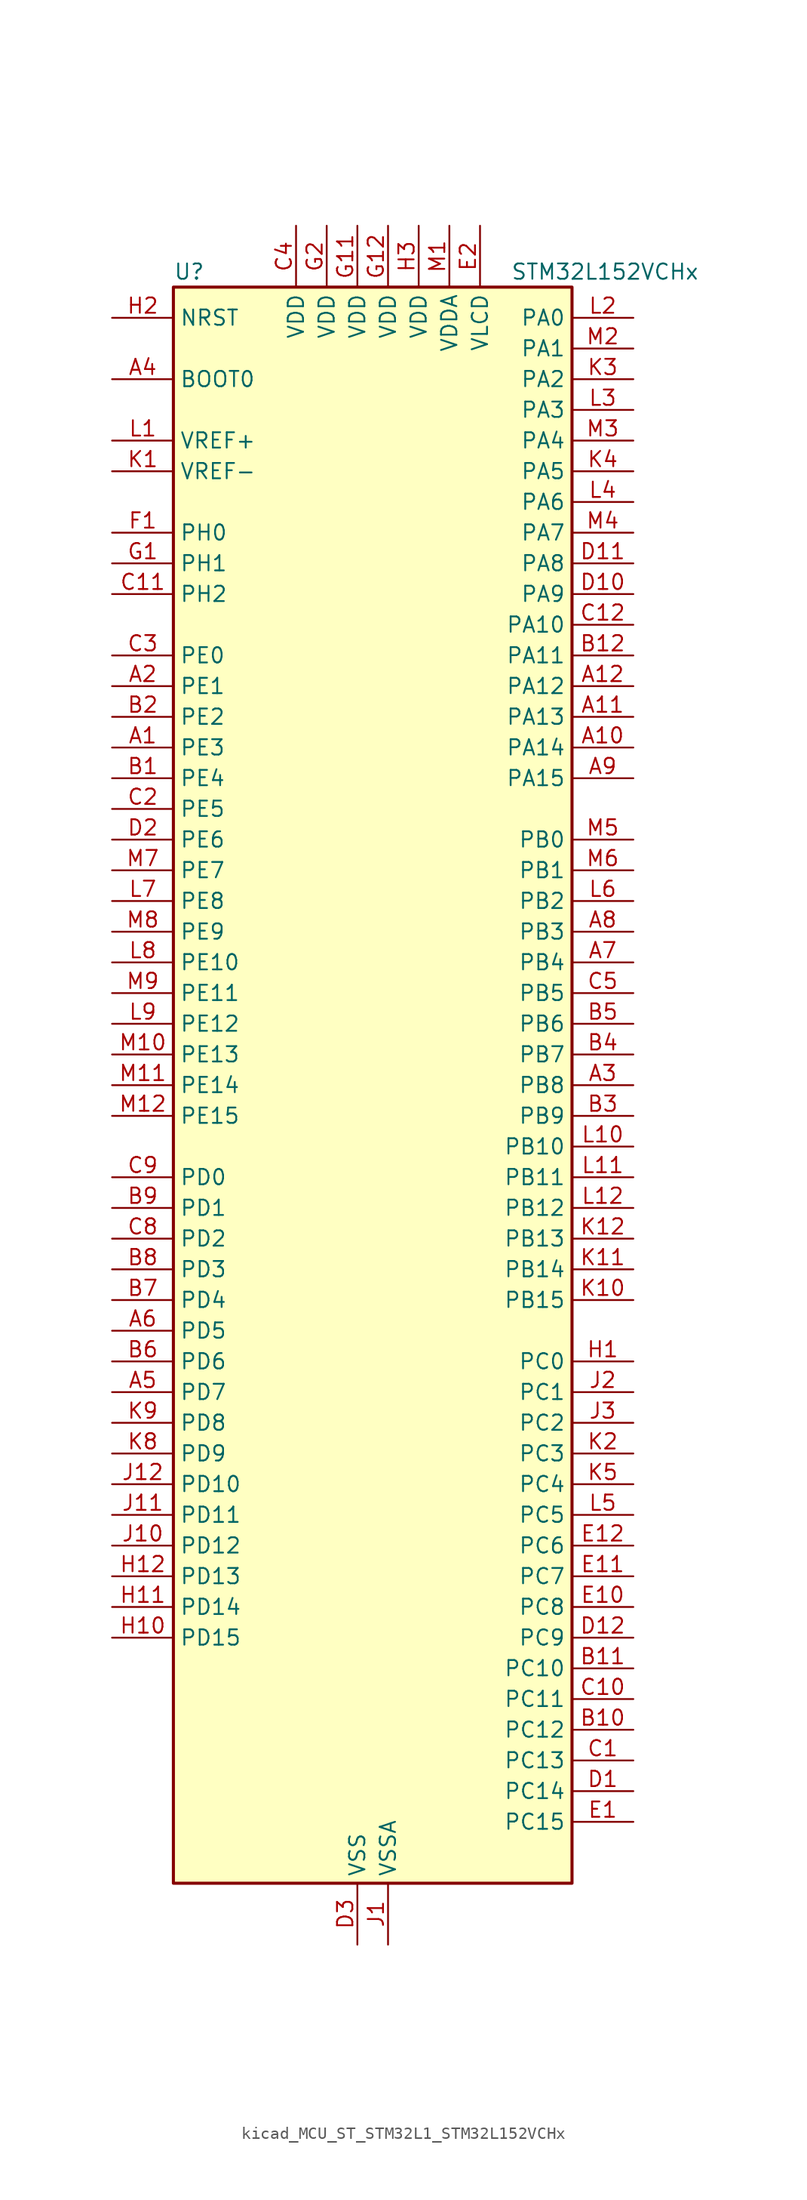
<source format=kicad_sym>
(kicad_symbol_lib
  (version 20220914)
  (generator kicad_symbol_editor)
  (symbol "kicad_MCU_ST_STM32L1_STM32L152VCHx"
    (property "Reference" "U"
      (at -15.24 67.31 0)
      (effects (font (size 1.27 1.27)) (justify left)))
    (property "Value" "STM32L152VCHx"
      (at 12.7 67.31 0)
      (effects (font (size 1.27 1.27)) (justify left)))
    (property "ki_locked" ""
      (at 0 0 0)
      (effects (font (size 1.27 1.27))))
    (symbol "kicad_MCU_ST_STM32L1_STM32L152VCHx_0_1"
      (rectangle (start -15.24 -66.04) (end 17.78 66.04) (stroke (width 0.254) (type default)) (fill (type background))))
    (symbol "kicad_MCU_ST_STM32L1_STM32L152VCHx_1_1"
      (pin bidirectional line (at -20.32 27.94 0) (length 5.08) (name "PE3" (effects (font (size 1.27 1.27)))) (number "A1" (effects (font (size 1.27 1.27)))) (alternate "LCD_SEG39" bidirectional line) (alternate "SYS_TRACED0" bidirectional line) (alternate "TIM3_CH1" bidirectional line) (alternate "TIMX_IC4" bidirectional line))
      (pin bidirectional line (at 22.86 27.94 180) (length 5.08) (name "PA14" (effects (font (size 1.27 1.27)))) (number "A10" (effects (font (size 1.27 1.27)))) (alternate "SYS_JTCK-SWCLK" bidirectional line) (alternate "TIMX_IC3" bidirectional line) (alternate "TS_G5_IO2" bidirectional line))
      (pin bidirectional line (at 22.86 30.48 180) (length 5.08) (name "PA13" (effects (font (size 1.27 1.27)))) (number "A11" (effects (font (size 1.27 1.27)))) (alternate "SYS_JTMS-SWDIO" bidirectional line) (alternate "TIMX_IC2" bidirectional line) (alternate "TS_G5_IO1" bidirectional line))
      (pin bidirectional line (at 22.86 33.02 180) (length 5.08) (name "PA12" (effects (font (size 1.27 1.27)))) (number "A12" (effects (font (size 1.27 1.27)))) (alternate "SPI1_MOSI" bidirectional line) (alternate "TIMX_IC1" bidirectional line) (alternate "USART1_RTS" bidirectional line) (alternate "USB_DP" bidirectional line))
      (pin bidirectional line (at -20.32 33.02 0) (length 5.08) (name "PE1" (effects (font (size 1.27 1.27)))) (number "A2" (effects (font (size 1.27 1.27)))) (alternate "LCD_SEG37" bidirectional line) (alternate "TIM11_CH1" bidirectional line) (alternate "TIMX_IC2" bidirectional line))
      (pin bidirectional line (at 22.86 0 180) (length 5.08) (name "PB8" (effects (font (size 1.27 1.27)))) (number "A3" (effects (font (size 1.27 1.27)))) (alternate "I2C1_SCL" bidirectional line) (alternate "LCD_SEG16" bidirectional line) (alternate "TIM10_CH1" bidirectional line) (alternate "TIM4_CH3" bidirectional line))
      (pin input line (at -20.32 58.42 0) (length 5.08) (name "BOOT0" (effects (font (size 1.27 1.27)))) (number "A4" (effects (font (size 1.27 1.27)))))
      (pin bidirectional line (at -20.32 -25.4 0) (length 5.08) (name "PD7" (effects (font (size 1.27 1.27)))) (number "A5" (effects (font (size 1.27 1.27)))) (alternate "TIM9_CH2" bidirectional line) (alternate "TIMX_IC4" bidirectional line) (alternate "USART2_CK" bidirectional line))
      (pin bidirectional line (at -20.32 -20.32 0) (length 5.08) (name "PD5" (effects (font (size 1.27 1.27)))) (number "A6" (effects (font (size 1.27 1.27)))) (alternate "TIMX_IC2" bidirectional line) (alternate "USART2_TX" bidirectional line))
      (pin bidirectional line (at 22.86 10.16 180) (length 5.08) (name "PB4" (effects (font (size 1.27 1.27)))) (number "A7" (effects (font (size 1.27 1.27)))) (alternate "COMP2_INP" bidirectional line) (alternate "LCD_SEG8" bidirectional line) (alternate "SPI1_MISO" bidirectional line) (alternate "SPI3_MISO" bidirectional line) (alternate "SYS_JTRST" bidirectional line) (alternate "TIM3_CH1" bidirectional line) (alternate "TS_G6_IO1" bidirectional line))
      (pin bidirectional line (at 22.86 12.7 180) (length 5.08) (name "PB3" (effects (font (size 1.27 1.27)))) (number "A8" (effects (font (size 1.27 1.27)))) (alternate "COMP2_INM" bidirectional line) (alternate "I2S3_CK" bidirectional line) (alternate "LCD_SEG7" bidirectional line) (alternate "SPI1_SCK" bidirectional line) (alternate "SPI3_SCK" bidirectional line) (alternate "SYS_JTDO-TRACESWO" bidirectional line) (alternate "TIM2_CH2" bidirectional line))
      (pin bidirectional line (at 22.86 25.4 180) (length 5.08) (name "PA15" (effects (font (size 1.27 1.27)))) (number "A9" (effects (font (size 1.27 1.27)))) (alternate "ADC_EXTI15" bidirectional line) (alternate "I2S3_WS" bidirectional line) (alternate "LCD_SEG17" bidirectional line) (alternate "SPI1_NSS" bidirectional line) (alternate "SPI3_NSS" bidirectional line) (alternate "SYS_JTDI" bidirectional line) (alternate "TIM2_CH1" bidirectional line) (alternate "TIM2_ETR" bidirectional line) (alternate "TIMX_IC4" bidirectional line) (alternate "TS_G5_IO3" bidirectional line))
      (pin bidirectional line (at -20.32 25.4 0) (length 5.08) (name "PE4" (effects (font (size 1.27 1.27)))) (number "B1" (effects (font (size 1.27 1.27)))) (alternate "SYS_TRACED1" bidirectional line) (alternate "TIM3_CH2" bidirectional line) (alternate "TIMX_IC1" bidirectional line))
      (pin bidirectional line (at 22.86 -53.34 180) (length 5.08) (name "PC12" (effects (font (size 1.27 1.27)))) (number "B10" (effects (font (size 1.27 1.27)))) (alternate "I2S3_SD" bidirectional line) (alternate "LCD_COM6" bidirectional line) (alternate "LCD_SEG30" bidirectional line) (alternate "LCD_SEG42" bidirectional line) (alternate "SPI3_MOSI" bidirectional line) (alternate "TIMX_IC1" bidirectional line) (alternate "USART3_CK" bidirectional line))
      (pin bidirectional line (at 22.86 -48.26 180) (length 5.08) (name "PC10" (effects (font (size 1.27 1.27)))) (number "B11" (effects (font (size 1.27 1.27)))) (alternate "I2S3_CK" bidirectional line) (alternate "LCD_COM4" bidirectional line) (alternate "LCD_SEG28" bidirectional line) (alternate "LCD_SEG40" bidirectional line) (alternate "SPI3_SCK" bidirectional line) (alternate "TIMX_IC3" bidirectional line) (alternate "USART3_TX" bidirectional line))
      (pin bidirectional line (at 22.86 35.56 180) (length 5.08) (name "PA11" (effects (font (size 1.27 1.27)))) (number "B12" (effects (font (size 1.27 1.27)))) (alternate "ADC_EXTI11" bidirectional line) (alternate "SPI1_MISO" bidirectional line) (alternate "TIMX_IC4" bidirectional line) (alternate "USART1_CTS" bidirectional line) (alternate "USB_DM" bidirectional line))
      (pin bidirectional line (at -20.32 30.48 0) (length 5.08) (name "PE2" (effects (font (size 1.27 1.27)))) (number "B2" (effects (font (size 1.27 1.27)))) (alternate "LCD_SEG38" bidirectional line) (alternate "SYS_TRACECK" bidirectional line) (alternate "TIM3_ETR" bidirectional line) (alternate "TIMX_IC3" bidirectional line))
      (pin bidirectional line (at 22.86 -2.54 180) (length 5.08) (name "PB9" (effects (font (size 1.27 1.27)))) (number "B3" (effects (font (size 1.27 1.27)))) (alternate "DAC_EXTI9" bidirectional line) (alternate "I2C1_SDA" bidirectional line) (alternate "LCD_COM3" bidirectional line) (alternate "TIM11_CH1" bidirectional line) (alternate "TIM4_CH4" bidirectional line))
      (pin bidirectional line (at 22.86 2.54 180) (length 5.08) (name "PB7" (effects (font (size 1.27 1.27)))) (number "B4" (effects (font (size 1.27 1.27)))) (alternate "COMP2_INP" bidirectional line) (alternate "I2C1_SDA" bidirectional line) (alternate "SYS_PVD_IN" bidirectional line) (alternate "TIM4_CH2" bidirectional line) (alternate "TS_G6_IO4" bidirectional line) (alternate "USART1_RX" bidirectional line))
      (pin bidirectional line (at 22.86 5.08 180) (length 5.08) (name "PB6" (effects (font (size 1.27 1.27)))) (number "B5" (effects (font (size 1.27 1.27)))) (alternate "COMP2_INP" bidirectional line) (alternate "I2C1_SCL" bidirectional line) (alternate "TIM4_CH1" bidirectional line) (alternate "TS_G6_IO3" bidirectional line) (alternate "USART1_TX" bidirectional line))
      (pin bidirectional line (at -20.32 -22.86 0) (length 5.08) (name "PD6" (effects (font (size 1.27 1.27)))) (number "B6" (effects (font (size 1.27 1.27)))) (alternate "TIMX_IC3" bidirectional line) (alternate "USART2_RX" bidirectional line))
      (pin bidirectional line (at -20.32 -17.78 0) (length 5.08) (name "PD4" (effects (font (size 1.27 1.27)))) (number "B7" (effects (font (size 1.27 1.27)))) (alternate "I2S2_SD" bidirectional line) (alternate "SPI2_MOSI" bidirectional line) (alternate "TIMX_IC1" bidirectional line) (alternate "USART2_RTS" bidirectional line))
      (pin bidirectional line (at -20.32 -15.24 0) (length 5.08) (name "PD3" (effects (font (size 1.27 1.27)))) (number "B8" (effects (font (size 1.27 1.27)))) (alternate "SPI2_MISO" bidirectional line) (alternate "TIMX_IC4" bidirectional line) (alternate "USART2_CTS" bidirectional line))
      (pin bidirectional line (at -20.32 -10.16 0) (length 5.08) (name "PD1" (effects (font (size 1.27 1.27)))) (number "B9" (effects (font (size 1.27 1.27)))) (alternate "I2S2_CK" bidirectional line) (alternate "SPI2_SCK" bidirectional line) (alternate "TIMX_IC2" bidirectional line))
      (pin bidirectional line (at 22.86 -55.88 180) (length 5.08) (name "PC13" (effects (font (size 1.27 1.27)))) (number "C1" (effects (font (size 1.27 1.27)))) (alternate "RTC_OUT_ALARM" bidirectional line) (alternate "RTC_OUT_CALIB" bidirectional line) (alternate "RTC_TAMP1" bidirectional line) (alternate "RTC_TS" bidirectional line) (alternate "SYS_WKUP2" bidirectional line) (alternate "TIMX_IC2" bidirectional line))
      (pin bidirectional line (at 22.86 -50.8 180) (length 5.08) (name "PC11" (effects (font (size 1.27 1.27)))) (number "C10" (effects (font (size 1.27 1.27)))) (alternate "ADC_EXTI11" bidirectional line) (alternate "LCD_COM5" bidirectional line) (alternate "LCD_SEG29" bidirectional line) (alternate "LCD_SEG41" bidirectional line) (alternate "SPI3_MISO" bidirectional line) (alternate "TIMX_IC4" bidirectional line) (alternate "USART3_RX" bidirectional line))
      (pin bidirectional line (at -20.32 40.64 0) (length 5.08) (name "PH2" (effects (font (size 1.27 1.27)))) (number "C11" (effects (font (size 1.27 1.27)))))
      (pin bidirectional line (at 22.86 38.1 180) (length 5.08) (name "PA10" (effects (font (size 1.27 1.27)))) (number "C12" (effects (font (size 1.27 1.27)))) (alternate "LCD_COM2" bidirectional line) (alternate "TIMX_IC3" bidirectional line) (alternate "TS_G4_IO3" bidirectional line) (alternate "USART1_RX" bidirectional line))
      (pin bidirectional line (at -20.32 22.86 0) (length 5.08) (name "PE5" (effects (font (size 1.27 1.27)))) (number "C2" (effects (font (size 1.27 1.27)))) (alternate "SYS_TRACED2" bidirectional line) (alternate "TIM9_CH1" bidirectional line) (alternate "TIMX_IC2" bidirectional line))
      (pin bidirectional line (at -20.32 35.56 0) (length 5.08) (name "PE0" (effects (font (size 1.27 1.27)))) (number "C3" (effects (font (size 1.27 1.27)))) (alternate "LCD_SEG36" bidirectional line) (alternate "TIM10_CH1" bidirectional line) (alternate "TIM4_ETR" bidirectional line) (alternate "TIMX_IC1" bidirectional line))
      (pin power_in line (at -5.08 71.12 270) (length 5.08) (name "VDD" (effects (font (size 1.27 1.27)))) (number "C4" (effects (font (size 1.27 1.27)))))
      (pin bidirectional line (at 22.86 7.62 180) (length 5.08) (name "PB5" (effects (font (size 1.27 1.27)))) (number "C5" (effects (font (size 1.27 1.27)))) (alternate "COMP2_INP" bidirectional line) (alternate "I2C1_SMBA" bidirectional line) (alternate "I2S3_SD" bidirectional line) (alternate "LCD_SEG9" bidirectional line) (alternate "SPI1_MOSI" bidirectional line) (alternate "SPI3_MOSI" bidirectional line) (alternate "TIM3_CH2" bidirectional line) (alternate "TS_G6_IO2" bidirectional line))
      (pin bidirectional line (at -20.32 -12.7 0) (length 5.08) (name "PD2" (effects (font (size 1.27 1.27)))) (number "C8" (effects (font (size 1.27 1.27)))) (alternate "LCD_COM7" bidirectional line) (alternate "LCD_SEG31" bidirectional line) (alternate "LCD_SEG43" bidirectional line) (alternate "TIM3_ETR" bidirectional line) (alternate "TIMX_IC3" bidirectional line))
      (pin bidirectional line (at -20.32 -7.62 0) (length 5.08) (name "PD0" (effects (font (size 1.27 1.27)))) (number "C9" (effects (font (size 1.27 1.27)))) (alternate "I2S2_WS" bidirectional line) (alternate "SPI2_NSS" bidirectional line) (alternate "TIM9_CH1" bidirectional line) (alternate "TIMX_IC1" bidirectional line))
      (pin bidirectional line (at 22.86 -58.42 180) (length 5.08) (name "PC14" (effects (font (size 1.27 1.27)))) (number "D1" (effects (font (size 1.27 1.27)))) (alternate "RCC_OSC32_IN" bidirectional line) (alternate "TIMX_IC3" bidirectional line))
      (pin bidirectional line (at 22.86 40.64 180) (length 5.08) (name "PA9" (effects (font (size 1.27 1.27)))) (number "D10" (effects (font (size 1.27 1.27)))) (alternate "DAC_EXTI9" bidirectional line) (alternate "LCD_COM1" bidirectional line) (alternate "TIMX_IC2" bidirectional line) (alternate "TS_G4_IO2" bidirectional line) (alternate "USART1_TX" bidirectional line))
      (pin bidirectional line (at 22.86 43.18 180) (length 5.08) (name "PA8" (effects (font (size 1.27 1.27)))) (number "D11" (effects (font (size 1.27 1.27)))) (alternate "LCD_COM0" bidirectional line) (alternate "RCC_MCO" bidirectional line) (alternate "TIMX_IC1" bidirectional line) (alternate "TS_G4_IO1" bidirectional line) (alternate "USART1_CK" bidirectional line))
      (pin bidirectional line (at 22.86 -45.72 180) (length 5.08) (name "PC9" (effects (font (size 1.27 1.27)))) (number "D12" (effects (font (size 1.27 1.27)))) (alternate "DAC_EXTI9" bidirectional line) (alternate "LCD_SEG27" bidirectional line) (alternate "TIM3_CH4" bidirectional line) (alternate "TIMX_IC2" bidirectional line) (alternate "TS_G10_IO4" bidirectional line))
      (pin bidirectional line (at -20.32 20.32 0) (length 5.08) (name "PE6" (effects (font (size 1.27 1.27)))) (number "D2" (effects (font (size 1.27 1.27)))) (alternate "RTC_TAMP3" bidirectional line) (alternate "SYS_TRACED3" bidirectional line) (alternate "SYS_WKUP3" bidirectional line) (alternate "TIM9_CH2" bidirectional line) (alternate "TIMX_IC3" bidirectional line))
      (pin power_in line (at 0 -71.12 90) (length 5.08) (name "VSS" (effects (font (size 1.27 1.27)))) (number "D3" (effects (font (size 1.27 1.27)))))
      (pin bidirectional line (at 22.86 -60.96 180) (length 5.08) (name "PC15" (effects (font (size 1.27 1.27)))) (number "E1" (effects (font (size 1.27 1.27)))) (alternate "ADC_EXTI15" bidirectional line) (alternate "RCC_OSC32_OUT" bidirectional line) (alternate "TIMX_IC4" bidirectional line))
      (pin bidirectional line (at 22.86 -43.18 180) (length 5.08) (name "PC8" (effects (font (size 1.27 1.27)))) (number "E10" (effects (font (size 1.27 1.27)))) (alternate "LCD_SEG26" bidirectional line) (alternate "TIM3_CH3" bidirectional line) (alternate "TIMX_IC1" bidirectional line) (alternate "TS_G10_IO3" bidirectional line))
      (pin bidirectional line (at 22.86 -40.64 180) (length 5.08) (name "PC7" (effects (font (size 1.27 1.27)))) (number "E11" (effects (font (size 1.27 1.27)))) (alternate "I2S3_MCK" bidirectional line) (alternate "LCD_SEG25" bidirectional line) (alternate "TIM3_CH2" bidirectional line) (alternate "TIMX_IC4" bidirectional line) (alternate "TS_G10_IO2" bidirectional line))
      (pin bidirectional line (at 22.86 -38.1 180) (length 5.08) (name "PC6" (effects (font (size 1.27 1.27)))) (number "E12" (effects (font (size 1.27 1.27)))) (alternate "I2S2_MCK" bidirectional line) (alternate "LCD_SEG24" bidirectional line) (alternate "TIM3_CH1" bidirectional line) (alternate "TIMX_IC3" bidirectional line) (alternate "TS_G10_IO1" bidirectional line))
      (pin power_in line (at 10.16 71.12 270) (length 5.08) (name "VLCD" (effects (font (size 1.27 1.27)))) (number "E2" (effects (font (size 1.27 1.27)))))
      (pin passive line (at 0 -71.12 90) (length 5.08) hide (name "VSS" (effects (font (size 1.27 1.27)))) (number "E3" (effects (font (size 1.27 1.27)))))
      (pin bidirectional line (at -20.32 45.72 0) (length 5.08) (name "PH0" (effects (font (size 1.27 1.27)))) (number "F1" (effects (font (size 1.27 1.27)))) (alternate "RCC_OSC_IN" bidirectional line))
      (pin passive line (at 0 -71.12 90) (length 5.08) hide (name "VSS" (effects (font (size 1.27 1.27)))) (number "F11" (effects (font (size 1.27 1.27)))))
      (pin passive line (at 0 -71.12 90) (length 5.08) hide (name "VSS" (effects (font (size 1.27 1.27)))) (number "F12" (effects (font (size 1.27 1.27)))))
      (pin passive line (at 0 -71.12 90) (length 5.08) hide (name "VSS" (effects (font (size 1.27 1.27)))) (number "F2" (effects (font (size 1.27 1.27)))))
      (pin bidirectional line (at -20.32 43.18 0) (length 5.08) (name "PH1" (effects (font (size 1.27 1.27)))) (number "G1" (effects (font (size 1.27 1.27)))) (alternate "RCC_OSC_OUT" bidirectional line))
      (pin power_in line (at 0 71.12 270) (length 5.08) (name "VDD" (effects (font (size 1.27 1.27)))) (number "G11" (effects (font (size 1.27 1.27)))))
      (pin power_in line (at 2.54 71.12 270) (length 5.08) (name "VDD" (effects (font (size 1.27 1.27)))) (number "G12" (effects (font (size 1.27 1.27)))))
      (pin power_in line (at -2.54 71.12 270) (length 5.08) (name "VDD" (effects (font (size 1.27 1.27)))) (number "G2" (effects (font (size 1.27 1.27)))))
      (pin bidirectional line (at 22.86 -22.86 180) (length 5.08) (name "PC0" (effects (font (size 1.27 1.27)))) (number "H1" (effects (font (size 1.27 1.27)))) (alternate "ADC_IN10" bidirectional line) (alternate "COMP1_INP" bidirectional line) (alternate "LCD_SEG18" bidirectional line) (alternate "TIMX_IC1" bidirectional line) (alternate "TS_G8_IO1" bidirectional line))
      (pin bidirectional line (at -20.32 -45.72 0) (length 5.08) (name "PD15" (effects (font (size 1.27 1.27)))) (number "H10" (effects (font (size 1.27 1.27)))) (alternate "ADC_EXTI15" bidirectional line) (alternate "LCD_SEG35" bidirectional line) (alternate "TIM4_CH4" bidirectional line) (alternate "TIMX_IC4" bidirectional line))
      (pin bidirectional line (at -20.32 -43.18 0) (length 5.08) (name "PD14" (effects (font (size 1.27 1.27)))) (number "H11" (effects (font (size 1.27 1.27)))) (alternate "LCD_SEG34" bidirectional line) (alternate "TIM4_CH3" bidirectional line) (alternate "TIMX_IC3" bidirectional line))
      (pin bidirectional line (at -20.32 -40.64 0) (length 5.08) (name "PD13" (effects (font (size 1.27 1.27)))) (number "H12" (effects (font (size 1.27 1.27)))) (alternate "LCD_SEG33" bidirectional line) (alternate "TIM4_CH2" bidirectional line) (alternate "TIMX_IC2" bidirectional line))
      (pin input line (at -20.32 63.5 0) (length 5.08) (name "NRST" (effects (font (size 1.27 1.27)))) (number "H2" (effects (font (size 1.27 1.27)))))
      (pin power_in line (at 5.08 71.12 270) (length 5.08) (name "VDD" (effects (font (size 1.27 1.27)))) (number "H3" (effects (font (size 1.27 1.27)))))
      (pin power_in line (at 2.54 -71.12 90) (length 5.08) (name "VSSA" (effects (font (size 1.27 1.27)))) (number "J1" (effects (font (size 1.27 1.27)))))
      (pin bidirectional line (at -20.32 -38.1 0) (length 5.08) (name "PD12" (effects (font (size 1.27 1.27)))) (number "J10" (effects (font (size 1.27 1.27)))) (alternate "LCD_SEG32" bidirectional line) (alternate "TIM4_CH1" bidirectional line) (alternate "TIMX_IC1" bidirectional line) (alternate "USART3_RTS" bidirectional line))
      (pin bidirectional line (at -20.32 -35.56 0) (length 5.08) (name "PD11" (effects (font (size 1.27 1.27)))) (number "J11" (effects (font (size 1.27 1.27)))) (alternate "ADC_EXTI11" bidirectional line) (alternate "LCD_SEG31" bidirectional line) (alternate "TIMX_IC4" bidirectional line) (alternate "USART3_CTS" bidirectional line))
      (pin bidirectional line (at -20.32 -33.02 0) (length 5.08) (name "PD10" (effects (font (size 1.27 1.27)))) (number "J12" (effects (font (size 1.27 1.27)))) (alternate "LCD_SEG30" bidirectional line) (alternate "TIMX_IC3" bidirectional line) (alternate "USART3_CK" bidirectional line))
      (pin bidirectional line (at 22.86 -25.4 180) (length 5.08) (name "PC1" (effects (font (size 1.27 1.27)))) (number "J2" (effects (font (size 1.27 1.27)))) (alternate "ADC_IN11" bidirectional line) (alternate "COMP1_INP" bidirectional line) (alternate "LCD_SEG19" bidirectional line) (alternate "TIMX_IC2" bidirectional line) (alternate "TS_G8_IO2" bidirectional line))
      (pin bidirectional line (at 22.86 -27.94 180) (length 5.08) (name "PC2" (effects (font (size 1.27 1.27)))) (number "J3" (effects (font (size 1.27 1.27)))) (alternate "ADC_IN12" bidirectional line) (alternate "COMP1_INP" bidirectional line) (alternate "LCD_SEG20" bidirectional line) (alternate "TIMX_IC3" bidirectional line) (alternate "TS_G8_IO3" bidirectional line))
      (pin input line (at -20.32 50.8 0) (length 5.08) (name "VREF-" (effects (font (size 1.27 1.27)))) (number "K1" (effects (font (size 1.27 1.27)))))
      (pin bidirectional line (at 22.86 -17.78 180) (length 5.08) (name "PB15" (effects (font (size 1.27 1.27)))) (number "K10" (effects (font (size 1.27 1.27)))) (alternate "ADC_EXTI15" bidirectional line) (alternate "ADC_IN21" bidirectional line) (alternate "COMP1_INP" bidirectional line) (alternate "I2S2_SD" bidirectional line) (alternate "LCD_SEG15" bidirectional line) (alternate "RTC_REFIN" bidirectional line) (alternate "SPI2_MOSI" bidirectional line) (alternate "TIM11_CH1" bidirectional line) (alternate "TS_G7_IO4" bidirectional line))
      (pin bidirectional line (at 22.86 -15.24 180) (length 5.08) (name "PB14" (effects (font (size 1.27 1.27)))) (number "K11" (effects (font (size 1.27 1.27)))) (alternate "ADC_IN20" bidirectional line) (alternate "COMP1_INP" bidirectional line) (alternate "LCD_SEG14" bidirectional line) (alternate "SPI2_MISO" bidirectional line) (alternate "TIM9_CH2" bidirectional line) (alternate "TS_G7_IO3" bidirectional line) (alternate "USART3_RTS" bidirectional line))
      (pin bidirectional line (at 22.86 -12.7 180) (length 5.08) (name "PB13" (effects (font (size 1.27 1.27)))) (number "K12" (effects (font (size 1.27 1.27)))) (alternate "ADC_IN19" bidirectional line) (alternate "COMP1_INP" bidirectional line) (alternate "I2S2_CK" bidirectional line) (alternate "LCD_SEG13" bidirectional line) (alternate "SPI2_SCK" bidirectional line) (alternate "TIM9_CH1" bidirectional line) (alternate "TS_G7_IO2" bidirectional line) (alternate "USART3_CTS" bidirectional line))
      (pin bidirectional line (at 22.86 -30.48 180) (length 5.08) (name "PC3" (effects (font (size 1.27 1.27)))) (number "K2" (effects (font (size 1.27 1.27)))) (alternate "ADC_IN13" bidirectional line) (alternate "COMP1_INP" bidirectional line) (alternate "LCD_SEG21" bidirectional line) (alternate "TIMX_IC4" bidirectional line) (alternate "TS_G8_IO4" bidirectional line))
      (pin bidirectional line (at 22.86 58.42 180) (length 5.08) (name "PA2" (effects (font (size 1.27 1.27)))) (number "K3" (effects (font (size 1.27 1.27)))) (alternate "ADC_IN2" bidirectional line) (alternate "COMP1_INP" bidirectional line) (alternate "LCD_SEG1" bidirectional line) (alternate "OPAMP1_VINM" bidirectional line) (alternate "TIM2_CH3" bidirectional line) (alternate "TIM5_CH3" bidirectional line) (alternate "TIM9_CH1" bidirectional line) (alternate "TIMX_IC3" bidirectional line) (alternate "TS_G1_IO3" bidirectional line) (alternate "USART2_TX" bidirectional line))
      (pin bidirectional line (at 22.86 50.8 180) (length 5.08) (name "PA5" (effects (font (size 1.27 1.27)))) (number "K4" (effects (font (size 1.27 1.27)))) (alternate "ADC_IN5" bidirectional line) (alternate "COMP1_INP" bidirectional line) (alternate "DAC_OUT2" bidirectional line) (alternate "SPI1_SCK" bidirectional line) (alternate "TIM2_CH1" bidirectional line) (alternate "TIM2_ETR" bidirectional line) (alternate "TIMX_IC2" bidirectional line))
      (pin bidirectional line (at 22.86 -33.02 180) (length 5.08) (name "PC4" (effects (font (size 1.27 1.27)))) (number "K5" (effects (font (size 1.27 1.27)))) (alternate "ADC_IN14" bidirectional line) (alternate "COMP1_INP" bidirectional line) (alternate "LCD_SEG22" bidirectional line) (alternate "TIMX_IC1" bidirectional line) (alternate "TS_G9_IO1" bidirectional line))
      (pin bidirectional line (at -20.32 -30.48 0) (length 5.08) (name "PD9" (effects (font (size 1.27 1.27)))) (number "K8" (effects (font (size 1.27 1.27)))) (alternate "DAC_EXTI9" bidirectional line) (alternate "LCD_SEG29" bidirectional line) (alternate "TIMX_IC2" bidirectional line) (alternate "USART3_RX" bidirectional line))
      (pin bidirectional line (at -20.32 -27.94 0) (length 5.08) (name "PD8" (effects (font (size 1.27 1.27)))) (number "K9" (effects (font (size 1.27 1.27)))) (alternate "LCD_SEG28" bidirectional line) (alternate "TIMX_IC1" bidirectional line) (alternate "USART3_TX" bidirectional line))
      (pin input line (at -20.32 53.34 0) (length 5.08) (name "VREF+" (effects (font (size 1.27 1.27)))) (number "L1" (effects (font (size 1.27 1.27)))))
      (pin bidirectional line (at 22.86 -5.08 180) (length 5.08) (name "PB10" (effects (font (size 1.27 1.27)))) (number "L10" (effects (font (size 1.27 1.27)))) (alternate "I2C2_SCL" bidirectional line) (alternate "LCD_SEG10" bidirectional line) (alternate "TIM2_CH3" bidirectional line) (alternate "USART3_TX" bidirectional line))
      (pin bidirectional line (at 22.86 -7.62 180) (length 5.08) (name "PB11" (effects (font (size 1.27 1.27)))) (number "L11" (effects (font (size 1.27 1.27)))) (alternate "ADC_EXTI11" bidirectional line) (alternate "I2C2_SDA" bidirectional line) (alternate "LCD_SEG11" bidirectional line) (alternate "TIM2_CH4" bidirectional line) (alternate "USART3_RX" bidirectional line))
      (pin bidirectional line (at 22.86 -10.16 180) (length 5.08) (name "PB12" (effects (font (size 1.27 1.27)))) (number "L12" (effects (font (size 1.27 1.27)))) (alternate "ADC_IN18" bidirectional line) (alternate "COMP1_INP" bidirectional line) (alternate "I2C2_SMBA" bidirectional line) (alternate "I2S2_WS" bidirectional line) (alternate "LCD_SEG12" bidirectional line) (alternate "SPI2_NSS" bidirectional line) (alternate "TIM10_CH1" bidirectional line) (alternate "TS_G7_IO1" bidirectional line) (alternate "USART3_CK" bidirectional line))
      (pin bidirectional line (at 22.86 63.5 180) (length 5.08) (name "PA0" (effects (font (size 1.27 1.27)))) (number "L2" (effects (font (size 1.27 1.27)))) (alternate "ADC_IN0" bidirectional line) (alternate "COMP1_INP" bidirectional line) (alternate "RTC_TAMP2" bidirectional line) (alternate "SYS_WKUP1" bidirectional line) (alternate "TIM2_CH1" bidirectional line) (alternate "TIM2_ETR" bidirectional line) (alternate "TIM5_CH1" bidirectional line) (alternate "TIMX_IC1" bidirectional line) (alternate "TS_G1_IO1" bidirectional line) (alternate "USART2_CTS" bidirectional line))
      (pin bidirectional line (at 22.86 55.88 180) (length 5.08) (name "PA3" (effects (font (size 1.27 1.27)))) (number "L3" (effects (font (size 1.27 1.27)))) (alternate "ADC_IN3" bidirectional line) (alternate "COMP1_INP" bidirectional line) (alternate "LCD_SEG2" bidirectional line) (alternate "OPAMP1_VOUT" bidirectional line) (alternate "TIM2_CH4" bidirectional line) (alternate "TIM5_CH4" bidirectional line) (alternate "TIM9_CH2" bidirectional line) (alternate "TIMX_IC4" bidirectional line) (alternate "TS_G1_IO4" bidirectional line) (alternate "USART2_RX" bidirectional line))
      (pin bidirectional line (at 22.86 48.26 180) (length 5.08) (name "PA6" (effects (font (size 1.27 1.27)))) (number "L4" (effects (font (size 1.27 1.27)))) (alternate "ADC_IN6" bidirectional line) (alternate "COMP1_INP" bidirectional line) (alternate "LCD_SEG3" bidirectional line) (alternate "OPAMP2_VINP" bidirectional line) (alternate "SPI1_MISO" bidirectional line) (alternate "TIM10_CH1" bidirectional line) (alternate "TIM3_CH1" bidirectional line) (alternate "TIMX_IC3" bidirectional line) (alternate "TS_G2_IO1" bidirectional line))
      (pin bidirectional line (at 22.86 -35.56 180) (length 5.08) (name "PC5" (effects (font (size 1.27 1.27)))) (number "L5" (effects (font (size 1.27 1.27)))) (alternate "ADC_IN15" bidirectional line) (alternate "COMP1_INP" bidirectional line) (alternate "LCD_SEG23" bidirectional line) (alternate "TIMX_IC2" bidirectional line) (alternate "TS_G9_IO2" bidirectional line))
      (pin bidirectional line (at 22.86 15.24 180) (length 5.08) (name "PB2" (effects (font (size 1.27 1.27)))) (number "L6" (effects (font (size 1.27 1.27)))) (alternate "TS_G3_IO3" bidirectional line))
      (pin bidirectional line (at -20.32 15.24 0) (length 5.08) (name "PE8" (effects (font (size 1.27 1.27)))) (number "L7" (effects (font (size 1.27 1.27)))) (alternate "ADC_IN23" bidirectional line) (alternate "COMP1_INP" bidirectional line) (alternate "TIMX_IC1" bidirectional line))
      (pin bidirectional line (at -20.32 10.16 0) (length 5.08) (name "PE10" (effects (font (size 1.27 1.27)))) (number "L8" (effects (font (size 1.27 1.27)))) (alternate "ADC_IN25" bidirectional line) (alternate "COMP1_INP" bidirectional line) (alternate "TIM2_CH2" bidirectional line) (alternate "TIMX_IC3" bidirectional line))
      (pin bidirectional line (at -20.32 5.08 0) (length 5.08) (name "PE12" (effects (font (size 1.27 1.27)))) (number "L9" (effects (font (size 1.27 1.27)))) (alternate "SPI1_NSS" bidirectional line) (alternate "TIM2_CH4" bidirectional line) (alternate "TIMX_IC1" bidirectional line))
      (pin power_in line (at 7.62 71.12 270) (length 5.08) (name "VDDA" (effects (font (size 1.27 1.27)))) (number "M1" (effects (font (size 1.27 1.27)))))
      (pin bidirectional line (at -20.32 2.54 0) (length 5.08) (name "PE13" (effects (font (size 1.27 1.27)))) (number "M10" (effects (font (size 1.27 1.27)))) (alternate "SPI1_SCK" bidirectional line) (alternate "TIMX_IC2" bidirectional line))
      (pin bidirectional line (at -20.32 0 0) (length 5.08) (name "PE14" (effects (font (size 1.27 1.27)))) (number "M11" (effects (font (size 1.27 1.27)))) (alternate "SPI1_MISO" bidirectional line) (alternate "TIMX_IC3" bidirectional line))
      (pin bidirectional line (at -20.32 -2.54 0) (length 5.08) (name "PE15" (effects (font (size 1.27 1.27)))) (number "M12" (effects (font (size 1.27 1.27)))) (alternate "ADC_EXTI15" bidirectional line) (alternate "SPI1_MOSI" bidirectional line) (alternate "TIMX_IC4" bidirectional line))
      (pin bidirectional line (at 22.86 60.96 180) (length 5.08) (name "PA1" (effects (font (size 1.27 1.27)))) (number "M2" (effects (font (size 1.27 1.27)))) (alternate "ADC_IN1" bidirectional line) (alternate "COMP1_INP" bidirectional line) (alternate "LCD_SEG0" bidirectional line) (alternate "OPAMP1_VINP" bidirectional line) (alternate "TIM2_CH2" bidirectional line) (alternate "TIM5_CH2" bidirectional line) (alternate "TIMX_IC2" bidirectional line) (alternate "TS_G1_IO2" bidirectional line) (alternate "USART2_RTS" bidirectional line))
      (pin bidirectional line (at 22.86 53.34 180) (length 5.08) (name "PA4" (effects (font (size 1.27 1.27)))) (number "M3" (effects (font (size 1.27 1.27)))) (alternate "ADC_IN4" bidirectional line) (alternate "COMP1_INP" bidirectional line) (alternate "DAC_OUT1" bidirectional line) (alternate "I2S3_WS" bidirectional line) (alternate "SPI1_NSS" bidirectional line) (alternate "SPI3_NSS" bidirectional line) (alternate "TIMX_IC1" bidirectional line) (alternate "USART2_CK" bidirectional line))
      (pin bidirectional line (at 22.86 45.72 180) (length 5.08) (name "PA7" (effects (font (size 1.27 1.27)))) (number "M4" (effects (font (size 1.27 1.27)))) (alternate "ADC_IN7" bidirectional line) (alternate "COMP1_INP" bidirectional line) (alternate "LCD_SEG4" bidirectional line) (alternate "OPAMP2_VINM" bidirectional line) (alternate "SPI1_MOSI" bidirectional line) (alternate "TIM11_CH1" bidirectional line) (alternate "TIM3_CH2" bidirectional line) (alternate "TIMX_IC4" bidirectional line) (alternate "TS_G2_IO2" bidirectional line))
      (pin bidirectional line (at 22.86 20.32 180) (length 5.08) (name "PB0" (effects (font (size 1.27 1.27)))) (number "M5" (effects (font (size 1.27 1.27)))) (alternate "ADC_IN8" bidirectional line) (alternate "COMP1_INP" bidirectional line) (alternate "LCD_SEG5" bidirectional line) (alternate "OPAMP2_VOUT" bidirectional line) (alternate "SYS_V_REF_OUT" bidirectional line) (alternate "TIM3_CH3" bidirectional line) (alternate "TS_G3_IO1" bidirectional line))
      (pin bidirectional line (at 22.86 17.78 180) (length 5.08) (name "PB1" (effects (font (size 1.27 1.27)))) (number "M6" (effects (font (size 1.27 1.27)))) (alternate "ADC_IN9" bidirectional line) (alternate "COMP1_INP" bidirectional line) (alternate "LCD_SEG6" bidirectional line) (alternate "SYS_V_REF_OUT" bidirectional line) (alternate "TIM3_CH4" bidirectional line) (alternate "TS_G3_IO2" bidirectional line))
      (pin bidirectional line (at -20.32 17.78 0) (length 5.08) (name "PE7" (effects (font (size 1.27 1.27)))) (number "M7" (effects (font (size 1.27 1.27)))) (alternate "ADC_IN22" bidirectional line) (alternate "COMP1_INP" bidirectional line) (alternate "TIMX_IC4" bidirectional line))
      (pin bidirectional line (at -20.32 12.7 0) (length 5.08) (name "PE9" (effects (font (size 1.27 1.27)))) (number "M8" (effects (font (size 1.27 1.27)))) (alternate "ADC_IN24" bidirectional line) (alternate "COMP1_INP" bidirectional line) (alternate "DAC_EXTI9" bidirectional line) (alternate "TIM2_CH1" bidirectional line) (alternate "TIM2_ETR" bidirectional line) (alternate "TIM5_ETR" bidirectional line) (alternate "TIMX_IC2" bidirectional line))
      (pin bidirectional line (at -20.32 7.62 0) (length 5.08) (name "PE11" (effects (font (size 1.27 1.27)))) (number "M9" (effects (font (size 1.27 1.27)))) (alternate "ADC_EXTI11" bidirectional line) (alternate "TIM2_CH3" bidirectional line) (alternate "TIMX_IC4" bidirectional line)))))
</source>
